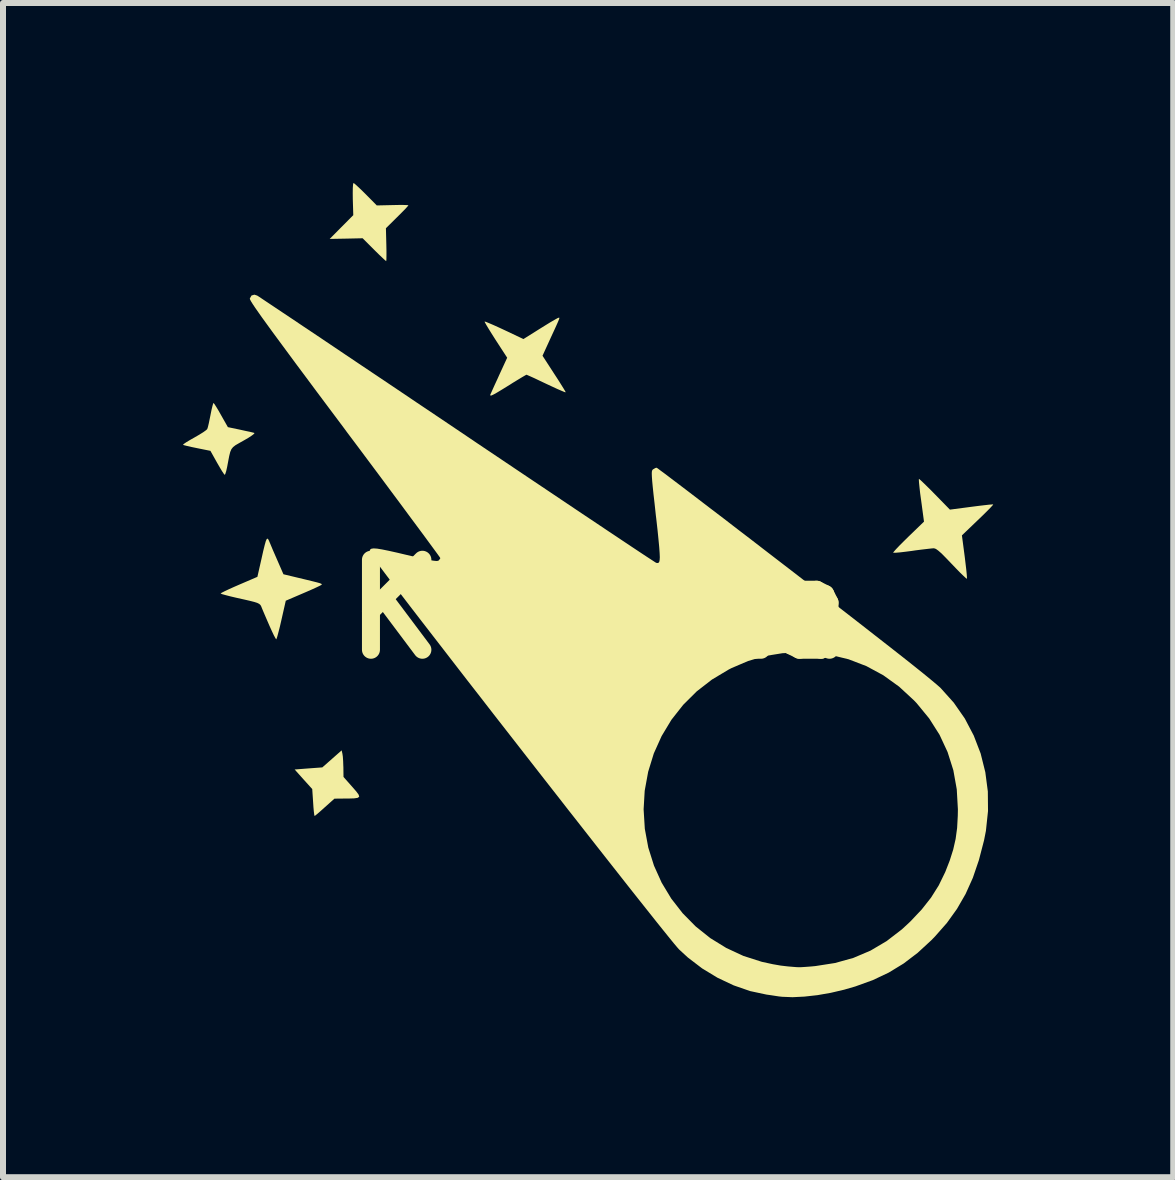
<source format=kicad_pcb>
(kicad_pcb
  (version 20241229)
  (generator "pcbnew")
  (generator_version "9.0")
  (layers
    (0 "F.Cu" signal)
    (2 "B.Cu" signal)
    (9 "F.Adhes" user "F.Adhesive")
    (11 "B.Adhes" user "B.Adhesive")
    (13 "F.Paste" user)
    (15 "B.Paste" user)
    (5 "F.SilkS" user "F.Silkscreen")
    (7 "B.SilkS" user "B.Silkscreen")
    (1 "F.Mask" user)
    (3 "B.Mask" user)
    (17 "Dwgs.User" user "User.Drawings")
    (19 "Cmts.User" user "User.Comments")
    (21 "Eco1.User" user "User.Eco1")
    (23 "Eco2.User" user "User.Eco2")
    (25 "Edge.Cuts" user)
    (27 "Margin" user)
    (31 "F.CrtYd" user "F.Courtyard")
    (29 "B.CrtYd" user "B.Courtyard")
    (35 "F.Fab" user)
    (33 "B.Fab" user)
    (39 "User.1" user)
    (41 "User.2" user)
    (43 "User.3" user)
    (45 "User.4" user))
  (footprint "Kometa"
    (layer "F.Cu")
    (at 6.954 7.101)
    (property "Reference" "Kometa" (at 0 0 0) (layer "F.SilkS") (effects (font (size 1.5 1.5) (thickness 0.3))))
    (attr board_only exclude_from_pos_files exclude_from_bom)
    (fp_poly (pts (xy -4.297 2.411) (xy -4.29 2.459) (xy -4.285 2.533) (xy -4.282 2.619) (xy -4.281 2.633) (xy -4.279 2.798) (xy -4.133 2.963) (xy -4.066 3.04) (xy -4.027 3.093) (xy -4.017 3.127) (xy -4.041 3.146) (xy -4.099 3.155) (xy -4.195 3.158) (xy -4.246 3.158) (xy -4.43 3.16) (xy -4.591 3.304) (xy -4.658 3.364) (xy -4.713 3.412) (xy -4.75 3.442) (xy -4.761 3.449) (xy -4.766 3.43) (xy -4.773 3.378) (xy -4.78 3.301) (xy -4.785 3.225) (xy -4.8 3) (xy -4.947 2.837) (xy -5.093 2.674) (xy -4.863 2.656) (xy -4.632 2.639) (xy -4.471 2.497) (xy -4.31 2.355)) (stroke (width 0) (type solid)) (fill yes) (layer "F.SilkS"))
    (fp_poly (pts (xy -4.092 -7.088) (xy -4.049 -7.049) (xy -3.989 -6.993) (xy -3.919 -6.924) (xy -3.909 -6.914) (xy -3.724 -6.727) (xy -3.46 -6.733) (xy -3.361 -6.735) (xy -3.279 -6.735) (xy -3.222 -6.733) (xy -3.197 -6.73) (xy -3.197 -6.729) (xy -3.211 -6.711) (xy -3.248 -6.67) (xy -3.305 -6.612) (xy -3.374 -6.543) (xy -3.384 -6.533) (xy -3.572 -6.347) (xy -3.565 -6.073) (xy -3.563 -5.972) (xy -3.563 -5.888) (xy -3.564 -5.828) (xy -3.567 -5.8) (xy -3.568 -5.799) (xy -3.586 -5.813) (xy -3.627 -5.851) (xy -3.686 -5.907) (xy -3.756 -5.976) (xy -3.77 -5.99) (xy -3.96 -6.18) (xy -4.235 -6.174) (xy -4.509 -6.169) (xy -4.313 -6.367) (xy -4.116 -6.565) (xy -4.124 -6.833) (xy -4.125 -6.933) (xy -4.124 -7.016) (xy -4.12 -7.074) (xy -4.114 -7.101) (xy -4.113 -7.101)) (stroke (width 0) (type solid)) (fill yes) (layer "F.SilkS"))
    (fp_poly (pts (xy -6.431 -3.418) (xy -6.401 -3.372) (xy -6.36 -3.304) (xy -6.32 -3.233) (xy -6.206 -3.032) (xy -6.001 -2.989) (xy -5.911 -2.969) (xy -5.834 -2.953) (xy -5.781 -2.94) (xy -5.764 -2.935) (xy -5.768 -2.922) (xy -5.805 -2.893) (xy -5.869 -2.851) (xy -5.944 -2.808) (xy -6.022 -2.764) (xy -6.079 -2.731) (xy -6.119 -2.7) (xy -6.147 -2.665) (xy -6.167 -2.618) (xy -6.184 -2.55) (xy -6.202 -2.456) (xy -6.219 -2.365) (xy -6.234 -2.299) (xy -6.249 -2.252) (xy -6.258 -2.236) (xy -6.273 -2.253) (xy -6.304 -2.299) (xy -6.344 -2.366) (xy -6.385 -2.437) (xy -6.497 -2.637) (xy -6.72 -2.682) (xy -6.811 -2.701) (xy -6.886 -2.718) (xy -6.937 -2.731) (xy -6.954 -2.737) (xy -6.942 -2.751) (xy -6.9 -2.78) (xy -6.835 -2.819) (xy -6.766 -2.858) (xy -6.683 -2.906) (xy -6.614 -2.949) (xy -6.567 -2.983) (xy -6.55 -3) (xy -6.539 -3.033) (xy -6.524 -3.096) (xy -6.507 -3.179) (xy -6.496 -3.233) (xy -6.479 -3.318) (xy -6.463 -3.385) (xy -6.451 -3.426) (xy -6.446 -3.435)) (stroke (width 0) (type solid)) (fill yes) (layer "F.SilkS"))
    (fp_poly (pts (xy 5.33 -2.156) (xy 5.372 -2.117) (xy 5.433 -2.058) (xy 5.508 -1.984) (xy 5.577 -1.914) (xy 5.828 -1.657) (xy 6.185 -1.704) (xy 6.301 -1.719) (xy 6.403 -1.731) (xy 6.482 -1.74) (xy 6.534 -1.744) (xy 6.55 -1.744) (xy 6.539 -1.728) (xy 6.502 -1.688) (xy 6.444 -1.629) (xy 6.37 -1.556) (xy 6.293 -1.482) (xy 6.028 -1.228) (xy 6.075 -0.871) (xy 6.089 -0.754) (xy 6.101 -0.653) (xy 6.109 -0.572) (xy 6.112 -0.52) (xy 6.112 -0.504) (xy 6.095 -0.515) (xy 6.055 -0.552) (xy 5.996 -0.609) (xy 5.924 -0.683) (xy 5.857 -0.753) (xy 5.761 -0.853) (xy 5.689 -0.926) (xy 5.634 -0.974) (xy 5.595 -1.002) (xy 5.566 -1.012) (xy 5.559 -1.013) (xy 5.52 -1.01) (xy 5.449 -1.002) (xy 5.355 -0.991) (xy 5.246 -0.977) (xy 5.2 -0.97) (xy 5.092 -0.956) (xy 4.999 -0.945) (xy 4.929 -0.939) (xy 4.889 -0.938) (xy 4.882 -0.939) (xy 4.893 -0.956) (xy 4.929 -0.997) (xy 4.986 -1.057) (xy 5.059 -1.13) (xy 5.134 -1.204) (xy 5.396 -1.457) (xy 5.348 -1.814) (xy 5.332 -1.929) (xy 5.321 -2.029) (xy 5.313 -2.107) (xy 5.31 -2.156) (xy 5.312 -2.17)) (stroke (width 0) (type solid)) (fill yes) (layer "F.SilkS"))
    (fp_poly (pts (xy -5.532 -1.161) (xy -5.517 -1.129) (xy -5.512 -1.117) (xy -5.49 -1.065) (xy -5.457 -0.986) (xy -5.416 -0.892) (xy -5.379 -0.807) (xy -5.28 -0.58) (xy -5.034 -0.521) (xy -4.896 -0.488) (xy -4.794 -0.463) (xy -4.722 -0.445) (xy -4.676 -0.432) (xy -4.651 -0.422) (xy -4.641 -0.415) (xy -4.642 -0.408) (xy -4.646 -0.404) (xy -4.67 -0.39) (xy -4.726 -0.363) (xy -4.805 -0.327) (xy -4.901 -0.285) (xy -4.952 -0.263) (xy -5.241 -0.139) (xy -5.314 0.183) (xy -5.339 0.292) (xy -5.363 0.385) (xy -5.382 0.456) (xy -5.396 0.497) (xy -5.4 0.505) (xy -5.413 0.487) (xy -5.439 0.439) (xy -5.473 0.367) (xy -5.511 0.283) (xy -5.553 0.186) (xy -5.592 0.096) (xy -5.623 0.023) (xy -5.639 -0.016) (xy -5.651 -0.046) (xy -5.664 -0.068) (xy -5.684 -0.086) (xy -5.717 -0.103) (xy -5.768 -0.119) (xy -5.843 -0.138) (xy -5.947 -0.162) (xy -6.064 -0.188) (xy -6.162 -0.211) (xy -6.243 -0.232) (xy -6.301 -0.248) (xy -6.327 -0.259) (xy -6.327 -0.26) (xy -6.309 -0.272) (xy -6.26 -0.297) (xy -6.184 -0.333) (xy -6.09 -0.375) (xy -6.021 -0.405) (xy -5.714 -0.537) (xy -5.646 -0.837) (xy -5.616 -0.971) (xy -5.592 -1.068) (xy -5.574 -1.132) (xy -5.559 -1.166) (xy -5.546 -1.175)) (stroke (width 0) (type solid)) (fill yes) (layer "F.SilkS"))
    (fp_poly (pts (xy -0.681 -4.851) (xy -0.686 -4.832) (xy -0.701 -4.794) (xy -0.728 -4.733) (xy -0.768 -4.645) (xy -0.824 -4.524) (xy -0.829 -4.513) (xy -0.962 -4.222) (xy -0.769 -3.924) (xy -0.705 -3.826) (xy -0.651 -3.74) (xy -0.608 -3.671) (xy -0.582 -3.627) (xy -0.575 -3.613) (xy -0.593 -3.616) (xy -0.641 -3.636) (xy -0.715 -3.668) (xy -0.808 -3.711) (xy -0.896 -3.752) (xy -1.002 -3.802) (xy -1.094 -3.846) (xy -1.167 -3.879) (xy -1.215 -3.9) (xy -1.229 -3.906) (xy -1.25 -3.895) (xy -1.3 -3.866) (xy -1.371 -3.823) (xy -1.458 -3.77) (xy -1.503 -3.741) (xy -1.623 -3.667) (xy -1.712 -3.613) (xy -1.774 -3.578) (xy -1.812 -3.56) (xy -1.831 -3.558) (xy -1.833 -3.569) (xy -1.831 -3.577) (xy -1.818 -3.605) (xy -1.792 -3.663) (xy -1.755 -3.745) (xy -1.71 -3.842) (xy -1.685 -3.898) (xy -1.551 -4.189) (xy -1.744 -4.486) (xy -1.806 -4.584) (xy -1.859 -4.669) (xy -1.899 -4.736) (xy -1.923 -4.779) (xy -1.927 -4.792) (xy -1.906 -4.787) (xy -1.855 -4.766) (xy -1.778 -4.733) (xy -1.683 -4.69) (xy -1.599 -4.651) (xy -1.28 -4.5) (xy -1.014 -4.667) (xy -0.919 -4.726) (xy -0.833 -4.779) (xy -0.764 -4.819) (xy -0.72 -4.844) (xy -0.71 -4.849) (xy -0.695 -4.855) (xy -0.684 -4.857)) (stroke (width 0) (type solid)) (fill yes) (layer "F.SilkS"))
    (fp_poly (pts (xy -5.718 -5.225) (xy -5.697 -5.212) (xy -5.643 -5.176) (xy -5.558 -5.119) (xy -5.444 -5.043) (xy -5.302 -4.948) (xy -5.134 -4.836) (xy -4.942 -4.707) (xy -4.728 -4.564) (xy -4.493 -4.406) (xy -4.239 -4.235) (xy -3.968 -4.053) (xy -3.68 -3.86) (xy -3.379 -3.658) (xy -3.066 -3.447) (xy -2.741 -3.229) (xy -2.408 -3.005) (xy -2.387 -2.991) (xy -2.054 -2.766) (xy -1.729 -2.548) (xy -1.415 -2.337) (xy -1.114 -2.135) (xy -0.826 -1.942) (xy -0.555 -1.76) (xy -0.3 -1.589) (xy -0.065 -1.432) (xy 0.15 -1.288) (xy 0.342 -1.16) (xy 0.51 -1.048) (xy 0.653 -0.953) (xy 0.768 -0.877) (xy 0.854 -0.821) (xy 0.909 -0.785) (xy 0.931 -0.771) (xy 0.931 -0.771) (xy 0.953 -0.767) (xy 0.97 -0.77) (xy 0.983 -0.786) (xy 0.99 -0.816) (xy 0.993 -0.864) (xy 0.99 -0.935) (xy 0.983 -1.032) (xy 0.971 -1.158) (xy 0.955 -1.317) (xy 0.933 -1.512) (xy 0.927 -1.56) (xy 0.906 -1.755) (xy 0.888 -1.912) (xy 0.875 -2.037) (xy 0.866 -2.132) (xy 0.861 -2.203) (xy 0.859 -2.254) (xy 0.86 -2.287) (xy 0.865 -2.309) (xy 0.872 -2.321) (xy 0.881 -2.329) (xy 0.919 -2.351) (xy 0.939 -2.356) (xy 0.958 -2.344) (xy 1.007 -2.307) (xy 1.086 -2.249) (xy 1.191 -2.169) (xy 1.322 -2.07) (xy 1.476 -1.953) (xy 1.651 -1.819) (xy 1.846 -1.67) (xy 2.059 -1.508) (xy 2.287 -1.332) (xy 2.529 -1.147) (xy 2.783 -0.951) (xy 3.047 -0.748) (xy 3.224 -0.612) (xy 3.611 -0.313) (xy 3.964 -0.04) (xy 4.285 0.209) (xy 4.572 0.433) (xy 4.827 0.632) (xy 5.049 0.806) (xy 5.238 0.956) (xy 5.394 1.081) (xy 5.517 1.182) (xy 5.608 1.258) (xy 5.666 1.309) (xy 5.675 1.318) (xy 5.892 1.56) (xy 6.076 1.824) (xy 6.225 2.108) (xy 6.34 2.407) (xy 6.418 2.719) (xy 6.46 3.04) (xy 6.463 3.366) (xy 6.428 3.696) (xy 6.397 3.854) (xy 6.311 4.184) (xy 6.21 4.48) (xy 6.089 4.749) (xy 5.946 4.997) (xy 5.778 5.231) (xy 5.581 5.455) (xy 5.519 5.519) (xy 5.29 5.73) (xy 5.056 5.908) (xy 4.81 6.058) (xy 4.544 6.184) (xy 4.251 6.29) (xy 4.065 6.344) (xy 3.843 6.396) (xy 3.62 6.435) (xy 3.404 6.459) (xy 3.205 6.469) (xy 3.032 6.462) (xy 2.976 6.456) (xy 2.93 6.449) (xy 2.859 6.438) (xy 2.776 6.426) (xy 2.769 6.425) (xy 2.498 6.367) (xy 2.224 6.272) (xy 1.955 6.145) (xy 1.698 5.989) (xy 1.461 5.808) (xy 1.313 5.672) (xy 1.283 5.638) (xy 1.229 5.574) (xy 1.154 5.482) (xy 1.058 5.363) (xy 0.944 5.221) (xy 0.813 5.056) (xy 0.666 4.871) (xy 0.505 4.668) (xy 0.332 4.448) (xy 0.147 4.213) (xy -0.048 3.965) (xy -0.251 3.706) (xy -0.461 3.438) (xy -0.54 3.338) (xy 0.723 3.338) (xy 0.743 3.663) (xy 0.801 3.976) (xy 0.896 4.277) (xy 1.024 4.561) (xy 1.184 4.826) (xy 1.374 5.07) (xy 1.591 5.29) (xy 1.834 5.484) (xy 2.1 5.648) (xy 2.386 5.781) (xy 2.692 5.879) (xy 2.875 5.919) (xy 3.007 5.942) (xy 3.127 5.956) (xy 3.258 5.967) (xy 3.298 5.969) (xy 3.345 5.969) (xy 3.421 5.964) (xy 3.515 5.957) (xy 3.587 5.95) (xy 3.914 5.899) (xy 4.219 5.814) (xy 4.504 5.693) (xy 4.773 5.534) (xy 5.028 5.338) (xy 5.168 5.208) (xy 5.357 5.008) (xy 5.513 4.81) (xy 5.642 4.605) (xy 5.75 4.383) (xy 5.825 4.191) (xy 5.883 4.008) (xy 5.923 3.832) (xy 5.948 3.649) (xy 5.959 3.447) (xy 5.961 3.338) (xy 5.942 3.004) (xy 5.885 2.686) (xy 5.789 2.383) (xy 5.655 2.095) (xy 5.483 1.824) (xy 5.273 1.568) (xy 5.227 1.52) (xy 4.981 1.293) (xy 4.717 1.103) (xy 4.436 0.951) (xy 4.139 0.837) (xy 3.827 0.761) (xy 3.5 0.724) (xy 3.348 0.72) (xy 3.036 0.736) (xy 2.744 0.783) (xy 2.464 0.866) (xy 2.188 0.984) (xy 2.143 1.007) (xy 1.862 1.175) (xy 1.608 1.372) (xy 1.382 1.597) (xy 1.186 1.846) (xy 1.023 2.117) (xy 0.893 2.406) (xy 0.799 2.711) (xy 0.741 3.028) (xy 0.723 3.338) (xy -0.54 3.338) (xy -0.676 3.163) (xy -0.896 2.882) (xy -1.117 2.599) (xy -1.34 2.313) (xy -1.562 2.028) (xy -1.782 1.746) (xy -1.998 1.467) (xy -2.21 1.195) (xy -2.415 0.93) (xy -2.612 0.675) (xy -2.8 0.432) (xy -2.977 0.203) (xy -3.142 -0.011) (xy -3.293 -0.208) (xy -3.429 -0.385) (xy -3.548 -0.542) (xy -3.648 -0.675) (xy -3.73 -0.783) (xy -3.79 -0.864) (xy -3.827 -0.917) (xy -3.84 -0.939) (xy -3.842 -0.97) (xy -3.834 -0.993) (xy -3.813 -1.006) (xy -3.775 -1.011) (xy -3.717 -1.007) (xy -3.633 -0.993) (xy -3.52 -0.97) (xy -3.373 -0.937) (xy -3.247 -0.907) (xy -3.08 -0.868) (xy -2.949 -0.839) (xy -2.849 -0.818) (xy -2.778 -0.806) (xy -2.731 -0.801) (xy -2.703 -0.804) (xy -2.695 -0.808) (xy -2.67 -0.837) (xy -2.666 -0.85) (xy -2.678 -0.869) (xy -2.714 -0.919) (xy -2.771 -0.997) (xy -2.849 -1.103) (xy -2.945 -1.234) (xy -3.06 -1.389) (xy -3.19 -1.564) (xy -3.334 -1.759) (xy -3.492 -1.971) (xy -3.661 -2.199) (xy -3.841 -2.44) (xy -4.029 -2.692) (xy -4.225 -2.953) (xy -4.259 -3) (xy -4.497 -3.318) (xy -4.711 -3.604) (xy -4.902 -3.861) (xy -5.072 -4.089) (xy -5.221 -4.291) (xy -5.351 -4.467) (xy -5.463 -4.619) (xy -5.558 -4.75) (xy -5.637 -4.859) (xy -5.701 -4.95) (xy -5.752 -5.023) (xy -5.79 -5.08) (xy -5.817 -5.123) (xy -5.833 -5.152) (xy -5.84 -5.171) (xy -5.84 -5.177) (xy -5.812 -5.226) (xy -5.764 -5.24)) (stroke (width 0) (type solid)) (fill yes) (layer "F.SilkS")))
  (gr_rect
    (start -3 -3)
    (end 16.504 16.57)
    (stroke (width 0.1) (type default))
    (fill no)
    (layer "Edge.Cuts")))
</source>
